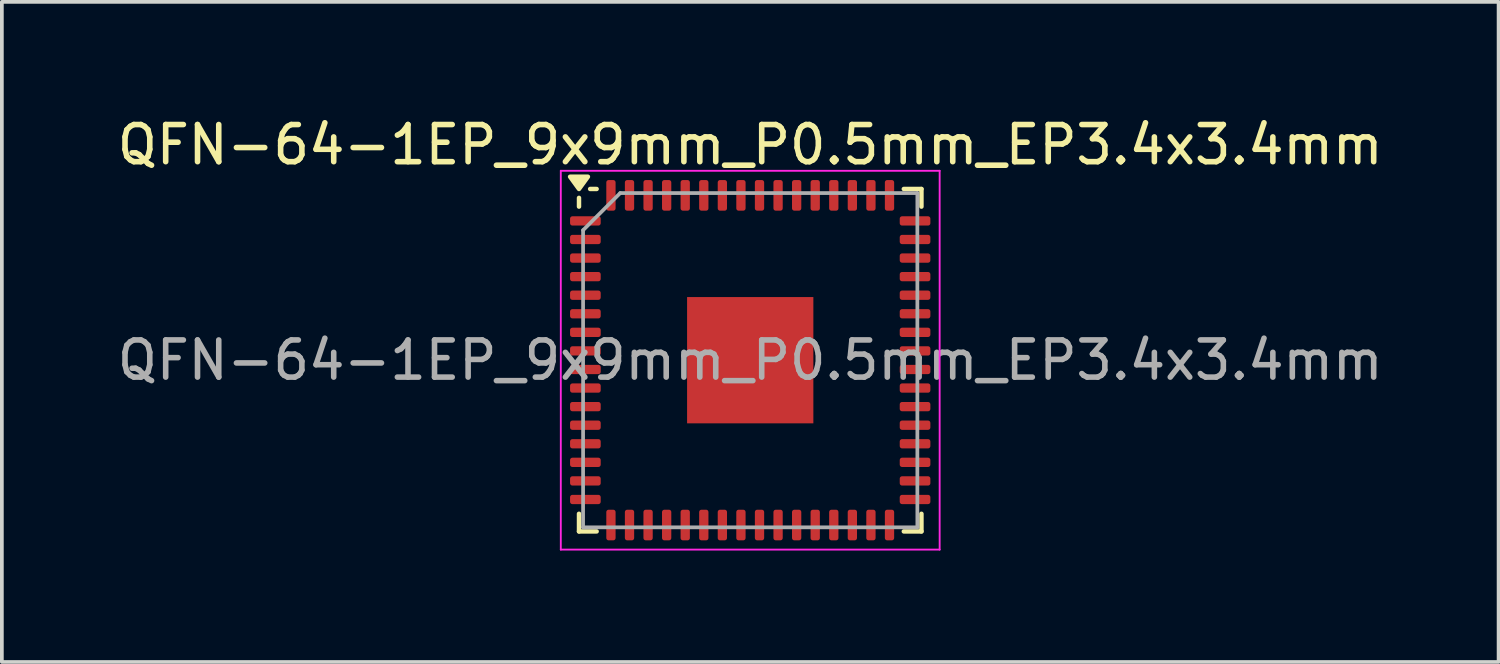
<source format=kicad_pcb>
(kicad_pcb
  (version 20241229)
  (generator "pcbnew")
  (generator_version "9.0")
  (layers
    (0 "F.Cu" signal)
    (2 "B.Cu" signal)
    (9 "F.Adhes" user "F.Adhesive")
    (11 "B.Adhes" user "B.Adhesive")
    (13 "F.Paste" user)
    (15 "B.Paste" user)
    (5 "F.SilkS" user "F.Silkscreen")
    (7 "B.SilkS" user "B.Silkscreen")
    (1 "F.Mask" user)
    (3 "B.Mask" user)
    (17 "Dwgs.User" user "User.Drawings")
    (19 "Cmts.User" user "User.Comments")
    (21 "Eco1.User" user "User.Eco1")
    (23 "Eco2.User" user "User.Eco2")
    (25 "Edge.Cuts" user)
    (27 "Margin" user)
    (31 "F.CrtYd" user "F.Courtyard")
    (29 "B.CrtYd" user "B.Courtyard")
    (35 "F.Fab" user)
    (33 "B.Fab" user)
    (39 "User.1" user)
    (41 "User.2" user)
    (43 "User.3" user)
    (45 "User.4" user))
  (footprint "QFN-64-1EP_9x9mm_P0.5mm_EP3.4x3.4mm"
    (layer "F.Cu")
    (at 17.149 6.648)
    (property "Reference" "QFN-64-1EP_9x9mm_P0.5mm_EP3.4x3.4mm" (at 0 -5.8 0) (layer "F.SilkS") (effects (font (size 1 1) (thickness 0.15))))
    (attr smd)
    (fp_line (start -4.61 -4.135) (end -4.61 -4.37) (stroke (width 0.12) (type solid)) (layer "F.SilkS"))
    (fp_line (start -4.61 4.61) (end -4.61 4.135) (stroke (width 0.12) (type solid)) (layer "F.SilkS"))
    (fp_line (start -4.135 -4.61) (end -4.31 -4.61) (stroke (width 0.12) (type solid)) (layer "F.SilkS"))
    (fp_line (start -4.135 4.61) (end -4.61 4.61) (stroke (width 0.12) (type solid)) (layer "F.SilkS"))
    (fp_line (start 4.135 -4.61) (end 4.61 -4.61) (stroke (width 0.12) (type solid)) (layer "F.SilkS"))
    (fp_line (start 4.135 4.61) (end 4.61 4.61) (stroke (width 0.12) (type solid)) (layer "F.SilkS"))
    (fp_line (start 4.61 -4.61) (end 4.61 -4.135) (stroke (width 0.12) (type solid)) (layer "F.SilkS"))
    (fp_line (start 4.61 4.61) (end 4.61 4.135) (stroke (width 0.12) (type solid)) (layer "F.SilkS"))
    (fp_poly (pts (xy -4.61 -4.61) (xy -4.85 -4.94) (xy -4.37 -4.94) (xy -4.61 -4.61)) (stroke (width 0.12) (type solid)) (fill yes) (layer "F.SilkS"))
    (fp_line (start -5.1 -5.1) (end -5.1 5.1) (stroke (width 0.05) (type solid)) (layer "F.CrtYd"))
    (fp_line (start -5.1 5.1) (end 5.1 5.1) (stroke (width 0.05) (type solid)) (layer "F.CrtYd"))
    (fp_line (start 5.1 -5.1) (end -5.1 -5.1) (stroke (width 0.05) (type solid)) (layer "F.CrtYd"))
    (fp_line (start 5.1 5.1) (end 5.1 -5.1) (stroke (width 0.05) (type solid)) (layer "F.CrtYd"))
    (fp_line (start -4.5 -3.5) (end -3.5 -4.5) (stroke (width 0.1) (type solid)) (layer "F.Fab"))
    (fp_line (start -4.5 4.5) (end -4.5 -3.5) (stroke (width 0.1) (type solid)) (layer "F.Fab"))
    (fp_line (start -3.5 -4.5) (end 4.5 -4.5) (stroke (width 0.1) (type solid)) (layer "F.Fab"))
    (fp_line (start 4.5 -4.5) (end 4.5 4.5) (stroke (width 0.1) (type solid)) (layer "F.Fab"))
    (fp_line (start 4.5 4.5) (end -4.5 4.5) (stroke (width 0.1) (type solid)) (layer "F.Fab"))
    (fp_text user "${REFERENCE}" (at 0 0 0) (layer "F.Fab") (effects (font (size 1 1) (thickness 0.15))))
    (pad "" smd roundrect (at -1.13 -1.13) (size 0.91 0.91) (layers "F.Paste") (roundrect_rratio 0.25))
    (pad "" smd roundrect (at -1.13 0) (size 0.91 0.91) (layers "F.Paste") (roundrect_rratio 0.25))
    (pad "" smd roundrect (at -1.13 1.13) (size 0.91 0.91) (layers "F.Paste") (roundrect_rratio 0.25))
    (pad "" smd roundrect (at 0 -1.13) (size 0.91 0.91) (layers "F.Paste") (roundrect_rratio 0.25))
    (pad "" smd roundrect (at 0 0) (size 0.91 0.91) (layers "F.Paste") (roundrect_rratio 0.25))
    (pad "" smd roundrect (at 0 1.13) (size 0.91 0.91) (layers "F.Paste") (roundrect_rratio 0.25))
    (pad "" smd roundrect (at 1.13 -1.13) (size 0.91 0.91) (layers "F.Paste") (roundrect_rratio 0.25))
    (pad "" smd roundrect (at 1.13 0) (size 0.91 0.91) (layers "F.Paste") (roundrect_rratio 0.25))
    (pad "" smd roundrect (at 1.13 1.13) (size 0.91 0.91) (layers "F.Paste") (roundrect_rratio 0.25))
    (pad "1" smd roundrect (at -4.438 -3.75) (size 0.825 0.25) (layers "F.Cu" "F.Mask" "F.Paste") (roundrect_rratio 0.25))
    (pad "2" smd roundrect (at -4.438 -3.25) (size 0.825 0.25) (layers "F.Cu" "F.Mask" "F.Paste") (roundrect_rratio 0.25))
    (pad "3" smd roundrect (at -4.438 -2.75) (size 0.825 0.25) (layers "F.Cu" "F.Mask" "F.Paste") (roundrect_rratio 0.25))
    (pad "4" smd roundrect (at -4.438 -2.25) (size 0.825 0.25) (layers "F.Cu" "F.Mask" "F.Paste") (roundrect_rratio 0.25))
    (pad "5" smd roundrect (at -4.438 -1.75) (size 0.825 0.25) (layers "F.Cu" "F.Mask" "F.Paste") (roundrect_rratio 0.25))
    (pad "6" smd roundrect (at -4.438 -1.25) (size 0.825 0.25) (layers "F.Cu" "F.Mask" "F.Paste") (roundrect_rratio 0.25))
    (pad "7" smd roundrect (at -4.438 -0.75) (size 0.825 0.25) (layers "F.Cu" "F.Mask" "F.Paste") (roundrect_rratio 0.25))
    (pad "8" smd roundrect (at -4.438 -0.25) (size 0.825 0.25) (layers "F.Cu" "F.Mask" "F.Paste") (roundrect_rratio 0.25))
    (pad "9" smd roundrect (at -4.438 0.25) (size 0.825 0.25) (layers "F.Cu" "F.Mask" "F.Paste") (roundrect_rratio 0.25))
    (pad "10" smd roundrect (at -4.438 0.75) (size 0.825 0.25) (layers "F.Cu" "F.Mask" "F.Paste") (roundrect_rratio 0.25))
    (pad "11" smd roundrect (at -4.438 1.25) (size 0.825 0.25) (layers "F.Cu" "F.Mask" "F.Paste") (roundrect_rratio 0.25))
    (pad "12" smd roundrect (at -4.438 1.75) (size 0.825 0.25) (layers "F.Cu" "F.Mask" "F.Paste") (roundrect_rratio 0.25))
    (pad "13" smd roundrect (at -4.438 2.25) (size 0.825 0.25) (layers "F.Cu" "F.Mask" "F.Paste") (roundrect_rratio 0.25))
    (pad "14" smd roundrect (at -4.438 2.75) (size 0.825 0.25) (layers "F.Cu" "F.Mask" "F.Paste") (roundrect_rratio 0.25))
    (pad "15" smd roundrect (at -4.438 3.25) (size 0.825 0.25) (layers "F.Cu" "F.Mask" "F.Paste") (roundrect_rratio 0.25))
    (pad "16" smd roundrect (at -4.438 3.75) (size 0.825 0.25) (layers "F.Cu" "F.Mask" "F.Paste") (roundrect_rratio 0.25))
    (pad "17" smd roundrect (at -3.75 4.438) (size 0.25 0.825) (layers "F.Cu" "F.Mask" "F.Paste") (roundrect_rratio 0.25))
    (pad "18" smd roundrect (at -3.25 4.438) (size 0.25 0.825) (layers "F.Cu" "F.Mask" "F.Paste") (roundrect_rratio 0.25))
    (pad "19" smd roundrect (at -2.75 4.438) (size 0.25 0.825) (layers "F.Cu" "F.Mask" "F.Paste") (roundrect_rratio 0.25))
    (pad "20" smd roundrect (at -2.25 4.438) (size 0.25 0.825) (layers "F.Cu" "F.Mask" "F.Paste") (roundrect_rratio 0.25))
    (pad "21" smd roundrect (at -1.75 4.438) (size 0.25 0.825) (layers "F.Cu" "F.Mask" "F.Paste") (roundrect_rratio 0.25))
    (pad "22" smd roundrect (at -1.25 4.438) (size 0.25 0.825) (layers "F.Cu" "F.Mask" "F.Paste") (roundrect_rratio 0.25))
    (pad "23" smd roundrect (at -0.75 4.438) (size 0.25 0.825) (layers "F.Cu" "F.Mask" "F.Paste") (roundrect_rratio 0.25))
    (pad "24" smd roundrect (at -0.25 4.438) (size 0.25 0.825) (layers "F.Cu" "F.Mask" "F.Paste") (roundrect_rratio 0.25))
    (pad "25" smd roundrect (at 0.25 4.438) (size 0.25 0.825) (layers "F.Cu" "F.Mask" "F.Paste") (roundrect_rratio 0.25))
    (pad "26" smd roundrect (at 0.75 4.438) (size 0.25 0.825) (layers "F.Cu" "F.Mask" "F.Paste") (roundrect_rratio 0.25))
    (pad "27" smd roundrect (at 1.25 4.438) (size 0.25 0.825) (layers "F.Cu" "F.Mask" "F.Paste") (roundrect_rratio 0.25))
    (pad "28" smd roundrect (at 1.75 4.438) (size 0.25 0.825) (layers "F.Cu" "F.Mask" "F.Paste") (roundrect_rratio 0.25))
    (pad "29" smd roundrect (at 2.25 4.438) (size 0.25 0.825) (layers "F.Cu" "F.Mask" "F.Paste") (roundrect_rratio 0.25))
    (pad "30" smd roundrect (at 2.75 4.438) (size 0.25 0.825) (layers "F.Cu" "F.Mask" "F.Paste") (roundrect_rratio 0.25))
    (pad "31" smd roundrect (at 3.25 4.438) (size 0.25 0.825) (layers "F.Cu" "F.Mask" "F.Paste") (roundrect_rratio 0.25))
    (pad "32" smd roundrect (at 3.75 4.438) (size 0.25 0.825) (layers "F.Cu" "F.Mask" "F.Paste") (roundrect_rratio 0.25))
    (pad "33" smd roundrect (at 4.438 3.75) (size 0.825 0.25) (layers "F.Cu" "F.Mask" "F.Paste") (roundrect_rratio 0.25))
    (pad "34" smd roundrect (at 4.438 3.25) (size 0.825 0.25) (layers "F.Cu" "F.Mask" "F.Paste") (roundrect_rratio 0.25))
    (pad "35" smd roundrect (at 4.438 2.75) (size 0.825 0.25) (layers "F.Cu" "F.Mask" "F.Paste") (roundrect_rratio 0.25))
    (pad "36" smd roundrect (at 4.438 2.25) (size 0.825 0.25) (layers "F.Cu" "F.Mask" "F.Paste") (roundrect_rratio 0.25))
    (pad "37" smd roundrect (at 4.438 1.75) (size 0.825 0.25) (layers "F.Cu" "F.Mask" "F.Paste") (roundrect_rratio 0.25))
    (pad "38" smd roundrect (at 4.438 1.25) (size 0.825 0.25) (layers "F.Cu" "F.Mask" "F.Paste") (roundrect_rratio 0.25))
    (pad "39" smd roundrect (at 4.438 0.75) (size 0.825 0.25) (layers "F.Cu" "F.Mask" "F.Paste") (roundrect_rratio 0.25))
    (pad "40" smd roundrect (at 4.438 0.25) (size 0.825 0.25) (layers "F.Cu" "F.Mask" "F.Paste") (roundrect_rratio 0.25))
    (pad "41" smd roundrect (at 4.438 -0.25) (size 0.825 0.25) (layers "F.Cu" "F.Mask" "F.Paste") (roundrect_rratio 0.25))
    (pad "42" smd roundrect (at 4.438 -0.75) (size 0.825 0.25) (layers "F.Cu" "F.Mask" "F.Paste") (roundrect_rratio 0.25))
    (pad "43" smd roundrect (at 4.438 -1.25) (size 0.825 0.25) (layers "F.Cu" "F.Mask" "F.Paste") (roundrect_rratio 0.25))
    (pad "44" smd roundrect (at 4.438 -1.75) (size 0.825 0.25) (layers "F.Cu" "F.Mask" "F.Paste") (roundrect_rratio 0.25))
    (pad "45" smd roundrect (at 4.438 -2.25) (size 0.825 0.25) (layers "F.Cu" "F.Mask" "F.Paste") (roundrect_rratio 0.25))
    (pad "46" smd roundrect (at 4.438 -2.75) (size 0.825 0.25) (layers "F.Cu" "F.Mask" "F.Paste") (roundrect_rratio 0.25))
    (pad "47" smd roundrect (at 4.438 -3.25) (size 0.825 0.25) (layers "F.Cu" "F.Mask" "F.Paste") (roundrect_rratio 0.25))
    (pad "48" smd roundrect (at 4.438 -3.75) (size 0.825 0.25) (layers "F.Cu" "F.Mask" "F.Paste") (roundrect_rratio 0.25))
    (pad "49" smd roundrect (at 3.75 -4.438) (size 0.25 0.825) (layers "F.Cu" "F.Mask" "F.Paste") (roundrect_rratio 0.25))
    (pad "50" smd roundrect (at 3.25 -4.438) (size 0.25 0.825) (layers "F.Cu" "F.Mask" "F.Paste") (roundrect_rratio 0.25))
    (pad "51" smd roundrect (at 2.75 -4.438) (size 0.25 0.825) (layers "F.Cu" "F.Mask" "F.Paste") (roundrect_rratio 0.25))
    (pad "52" smd roundrect (at 2.25 -4.438) (size 0.25 0.825) (layers "F.Cu" "F.Mask" "F.Paste") (roundrect_rratio 0.25))
    (pad "53" smd roundrect (at 1.75 -4.438) (size 0.25 0.825) (layers "F.Cu" "F.Mask" "F.Paste") (roundrect_rratio 0.25))
    (pad "54" smd roundrect (at 1.25 -4.438) (size 0.25 0.825) (layers "F.Cu" "F.Mask" "F.Paste") (roundrect_rratio 0.25))
    (pad "55" smd roundrect (at 0.75 -4.438) (size 0.25 0.825) (layers "F.Cu" "F.Mask" "F.Paste") (roundrect_rratio 0.25))
    (pad "56" smd roundrect (at 0.25 -4.438) (size 0.25 0.825) (layers "F.Cu" "F.Mask" "F.Paste") (roundrect_rratio 0.25))
    (pad "57" smd roundrect (at -0.25 -4.438) (size 0.25 0.825) (layers "F.Cu" "F.Mask" "F.Paste") (roundrect_rratio 0.25))
    (pad "58" smd roundrect (at -0.75 -4.438) (size 0.25 0.825) (layers "F.Cu" "F.Mask" "F.Paste") (roundrect_rratio 0.25))
    (pad "59" smd roundrect (at -1.25 -4.438) (size 0.25 0.825) (layers "F.Cu" "F.Mask" "F.Paste") (roundrect_rratio 0.25))
    (pad "60" smd roundrect (at -1.75 -4.438) (size 0.25 0.825) (layers "F.Cu" "F.Mask" "F.Paste") (roundrect_rratio 0.25))
    (pad "61" smd roundrect (at -2.25 -4.438) (size 0.25 0.825) (layers "F.Cu" "F.Mask" "F.Paste") (roundrect_rratio 0.25))
    (pad "62" smd roundrect (at -2.75 -4.438) (size 0.25 0.825) (layers "F.Cu" "F.Mask" "F.Paste") (roundrect_rratio 0.25))
    (pad "63" smd roundrect (at -3.25 -4.438) (size 0.25 0.825) (layers "F.Cu" "F.Mask" "F.Paste") (roundrect_rratio 0.25))
    (pad "64" smd roundrect (at -3.75 -4.438) (size 0.25 0.825) (layers "F.Cu" "F.Mask" "F.Paste") (roundrect_rratio 0.25))
    (pad "65" smd rect (at 0 0) (size 3.4 3.4) (property pad_prop_heatsink) (layers "F.Cu" "F.Mask")))
  (gr_rect
    (start -3 -3)
    (end 37.298 14.773)
    (stroke (width 0.1) (type default))
    (fill no)
    (layer "Edge.Cuts")))
</source>
